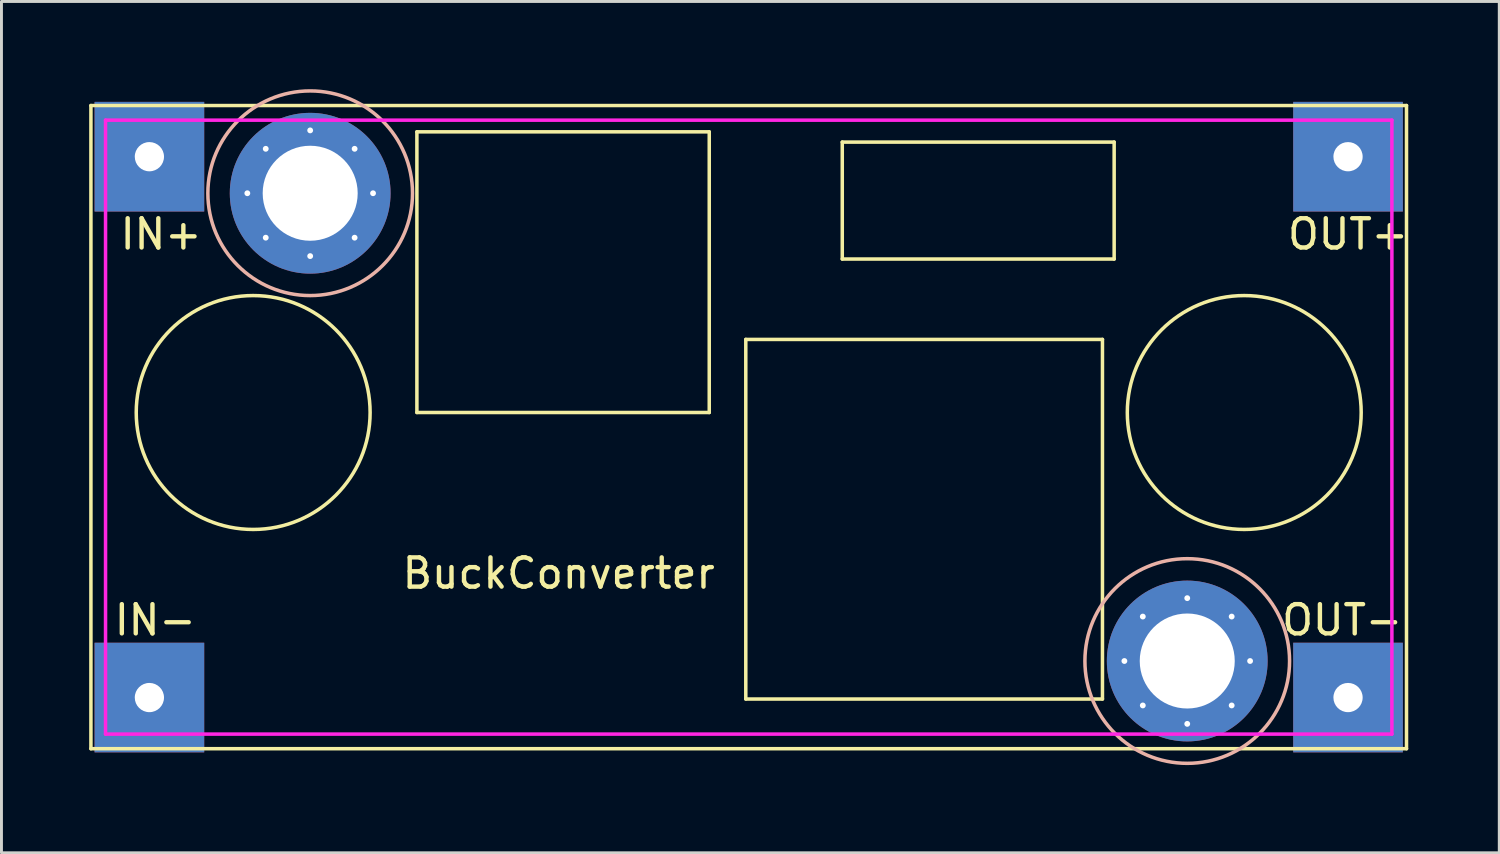
<source format=kicad_pcb>
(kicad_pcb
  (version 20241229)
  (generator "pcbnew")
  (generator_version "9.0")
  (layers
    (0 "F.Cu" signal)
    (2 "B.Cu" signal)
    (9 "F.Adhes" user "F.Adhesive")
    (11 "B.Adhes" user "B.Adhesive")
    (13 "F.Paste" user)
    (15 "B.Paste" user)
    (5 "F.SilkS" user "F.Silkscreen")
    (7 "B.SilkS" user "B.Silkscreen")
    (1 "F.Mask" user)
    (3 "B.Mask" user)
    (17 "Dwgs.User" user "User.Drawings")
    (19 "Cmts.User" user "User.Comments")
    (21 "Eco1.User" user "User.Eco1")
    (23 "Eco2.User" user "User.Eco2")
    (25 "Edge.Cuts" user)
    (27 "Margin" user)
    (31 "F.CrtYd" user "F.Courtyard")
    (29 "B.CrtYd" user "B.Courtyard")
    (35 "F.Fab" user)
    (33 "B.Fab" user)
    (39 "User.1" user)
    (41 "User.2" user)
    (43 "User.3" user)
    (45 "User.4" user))
  (footprint "BuckConverter"
    (layer "F.Cu")
    (at 22.56 11.56)
    (property "Reference" "BuckConverter" (at -6.5 5 0) (layer "F.SilkS") (effects (font (size 1 1) (thickness 0.15))))
    (attr through_hole)
    (fp_line (start -22.5 -11) (end -22.5 11) (stroke (width 0.12) (type solid)) (layer "F.SilkS"))
    (fp_line (start -22.5 11) (end 22.5 11) (stroke (width 0.12) (type solid)) (layer "F.SilkS"))
    (fp_line (start -11.35 -10.1) (end -1.35 -10.1) (stroke (width 0.12) (type solid)) (layer "F.SilkS"))
    (fp_line (start -11.35 -0.5) (end -11.35 -10.1) (stroke (width 0.12) (type solid)) (layer "F.SilkS"))
    (fp_line (start -1.35 -10.1) (end -1.35 -0.5) (stroke (width 0.12) (type solid)) (layer "F.SilkS"))
    (fp_line (start -1.35 -0.5) (end -11.35 -0.5) (stroke (width 0.12) (type solid)) (layer "F.SilkS"))
    (fp_line (start -0.1 -3) (end 12.1 -3) (stroke (width 0.12) (type solid)) (layer "F.SilkS"))
    (fp_line (start -0.1 9.3) (end -0.1 -3) (stroke (width 0.12) (type solid)) (layer "F.SilkS"))
    (fp_line (start 3.2 -9.75) (end 12.5 -9.75) (stroke (width 0.12) (type solid)) (layer "F.SilkS"))
    (fp_line (start 3.2 -5.75) (end 3.2 -9.75) (stroke (width 0.12) (type solid)) (layer "F.SilkS"))
    (fp_line (start 12.1 -3) (end 12.1 9.3) (stroke (width 0.12) (type solid)) (layer "F.SilkS"))
    (fp_line (start 12.1 9.3) (end -0.1 9.3) (stroke (width 0.12) (type solid)) (layer "F.SilkS"))
    (fp_line (start 12.5 -9.75) (end 12.5 -5.75) (stroke (width 0.12) (type solid)) (layer "F.SilkS"))
    (fp_line (start 12.5 -5.75) (end 3.2 -5.75) (stroke (width 0.12) (type solid)) (layer "F.SilkS"))
    (fp_line (start 22.5 -11) (end -22.5 -11) (stroke (width 0.12) (type solid)) (layer "F.SilkS"))
    (fp_line (start 22.5 11) (end 22.5 -11) (stroke (width 0.12) (type solid)) (layer "F.SilkS"))
    (fp_circle (center -16.95 -0.5) (end -16.95 3.5) (stroke (width 0.12) (type solid)) (fill no) (layer "F.SilkS"))
    (fp_circle (center 16.95 -0.5) (end 16.95 3.5) (stroke (width 0.12) (type solid)) (fill no) (layer "F.SilkS"))
    (fp_circle (center -15 -8) (end -15 -11.5) (stroke (width 0.12) (type solid)) (fill no) (layer "B.SilkS"))
    (fp_circle (center 15 8) (end 15 4.5) (stroke (width 0.12) (type solid)) (fill no) (layer "B.SilkS"))
    (fp_line (start -22 -10.5) (end -22 10.5) (stroke (width 0.12) (type solid)) (layer "F.CrtYd"))
    (fp_line (start -22 10.5) (end 22 10.5) (stroke (width 0.12) (type solid)) (layer "F.CrtYd"))
    (fp_line (start 22 -10.5) (end -22 -10.5) (stroke (width 0.12) (type solid)) (layer "F.CrtYd"))
    (fp_line (start 22 10.5) (end 22 -10.5) (stroke (width 0.12) (type solid)) (layer "F.CrtYd"))
    (fp_text user "OUT-" (at 20.3 6.6 0) (layer "F.SilkS") (effects (font (size 1 1) (thickness 0.15))))
    (fp_text user "OUT+" (at 20.5 -6.6 0) (layer "F.SilkS") (effects (font (size 1 1) (thickness 0.15))))
    (fp_text user "IN+" (at -20.1 -6.6 0) (layer "F.SilkS") (effects (font (size 1 1) (thickness 0.15))))
    (fp_text user "IN-" (at -20.3 6.6 0) (layer "F.SilkS") (effects (font (size 1 1) (thickness 0.15))))
    (pad "1" thru_hole rect (at -20.5 -9.25) (size 3.75 3.75) (drill 1) (layers "*.Cu" "*.Mask"))
    (pad "2" thru_hole rect (at -20.5 9.25) (size 3.75 3.75) (drill 1) (layers "*.Cu" "*.Mask"))
    (pad "3" thru_hole rect (at 20.5 -9.25) (size 3.75 3.75) (drill 1) (layers "*.Cu" "*.Mask"))
    (pad "4" thru_hole rect (at 20.5 9.25) (size 3.75 3.75) (drill 1) (layers "*.Cu" "*.Mask"))
    (pad "5" thru_hole circle (at -17.15 -8) (size 0.5 0.5) (drill 0.2) (layers "*.Cu"))
    (pad "5" thru_hole circle (at -16.52 -9.52) (size 0.5 0.5) (drill 0.2) (layers "*.Cu"))
    (pad "5" thru_hole circle (at -16.52 -6.48) (size 0.5 0.5) (drill 0.2) (layers "*.Cu"))
    (pad "5" thru_hole circle (at -15 -10.15) (size 0.5 0.5) (drill 0.2) (layers "*.Cu"))
    (pad "5" thru_hole circle (at -15 -8) (size 5.5 5.5) (drill 3.25) (layers "*.Cu" "*.Mask"))
    (pad "5" thru_hole circle (at -15 -5.85) (size 0.5 0.5) (drill 0.2) (layers "*.Cu"))
    (pad "5" thru_hole circle (at -13.48 -9.52) (size 0.5 0.5) (drill 0.2) (layers "*.Cu"))
    (pad "5" thru_hole circle (at -13.48 -6.48) (size 0.5 0.5) (drill 0.2) (layers "*.Cu"))
    (pad "5" thru_hole circle (at -12.85 -8) (size 0.5 0.5) (drill 0.2) (layers "*.Cu"))
    (pad "5" thru_hole circle (at 12.85 8) (size 0.5 0.5) (drill 0.2) (layers "*.Cu"))
    (pad "5" thru_hole circle (at 13.48 6.48) (size 0.5 0.5) (drill 0.2) (layers "*.Cu"))
    (pad "5" thru_hole circle (at 13.48 9.52) (size 0.5 0.5) (drill 0.2) (layers "*.Cu"))
    (pad "5" thru_hole circle (at 15 5.85) (size 0.5 0.5) (drill 0.2) (layers "*.Cu"))
    (pad "5" thru_hole circle (at 15 8) (size 5.5 5.5) (drill 3.25) (layers "*.Cu" "*.Mask"))
    (pad "5" thru_hole circle (at 15 10.15) (size 0.5 0.5) (drill 0.2) (layers "*.Cu"))
    (pad "5" thru_hole circle (at 16.52 6.48) (size 0.5 0.5) (drill 0.2) (layers "*.Cu"))
    (pad "5" thru_hole circle (at 16.52 9.52) (size 0.5 0.5) (drill 0.2) (layers "*.Cu"))
    (pad "5" thru_hole circle (at 17.15 8) (size 0.5 0.5) (drill 0.2) (layers "*.Cu")))
  (gr_rect
    (start -3 -3)
    (end 48.233 26.12)
    (stroke (width 0.1) (type default))
    (fill no)
    (layer "Edge.Cuts")))
</source>
